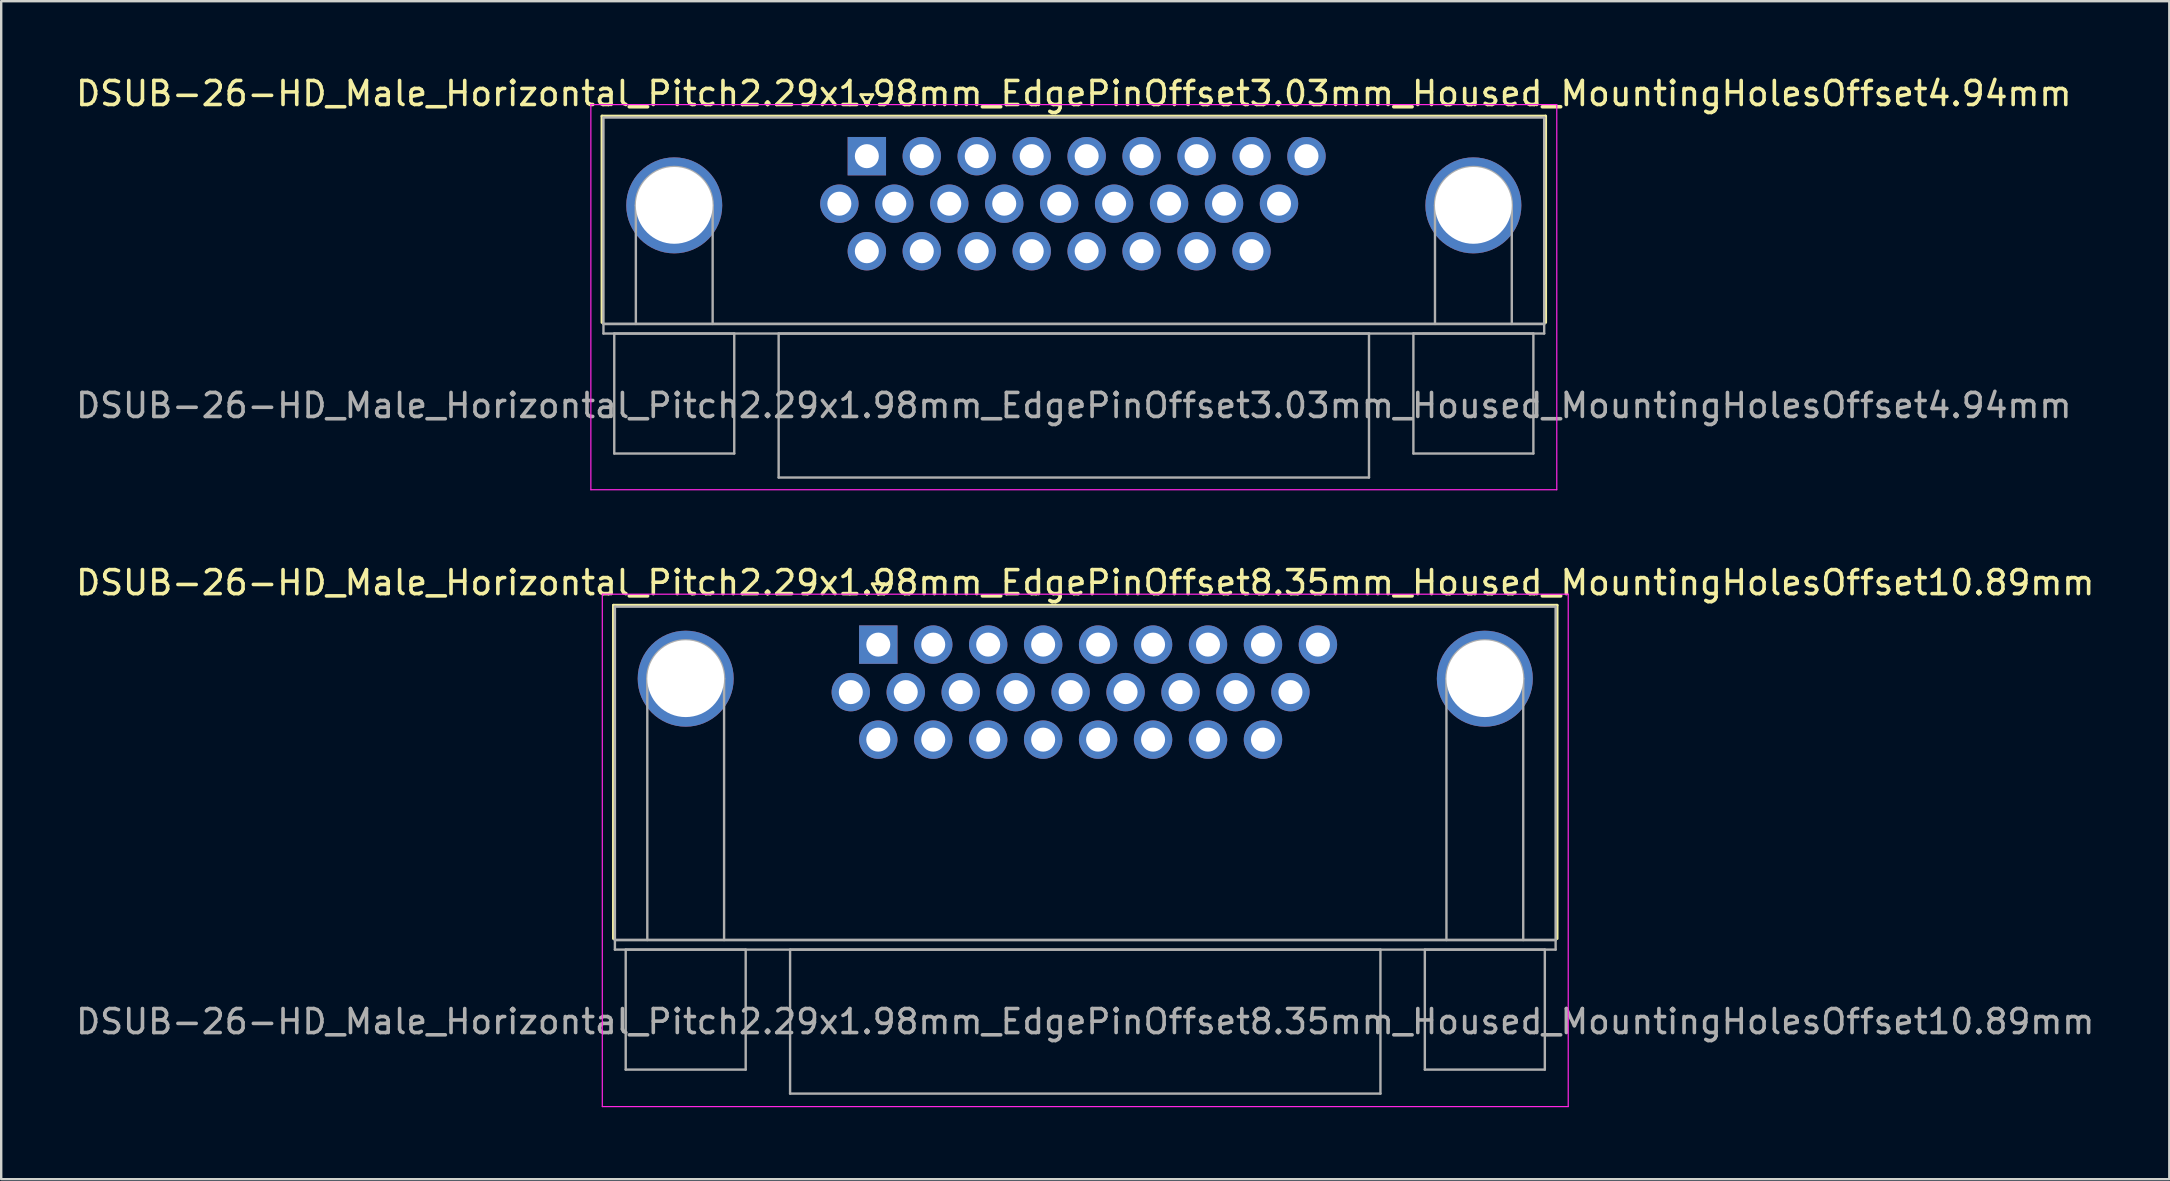
<source format=kicad_pcb>
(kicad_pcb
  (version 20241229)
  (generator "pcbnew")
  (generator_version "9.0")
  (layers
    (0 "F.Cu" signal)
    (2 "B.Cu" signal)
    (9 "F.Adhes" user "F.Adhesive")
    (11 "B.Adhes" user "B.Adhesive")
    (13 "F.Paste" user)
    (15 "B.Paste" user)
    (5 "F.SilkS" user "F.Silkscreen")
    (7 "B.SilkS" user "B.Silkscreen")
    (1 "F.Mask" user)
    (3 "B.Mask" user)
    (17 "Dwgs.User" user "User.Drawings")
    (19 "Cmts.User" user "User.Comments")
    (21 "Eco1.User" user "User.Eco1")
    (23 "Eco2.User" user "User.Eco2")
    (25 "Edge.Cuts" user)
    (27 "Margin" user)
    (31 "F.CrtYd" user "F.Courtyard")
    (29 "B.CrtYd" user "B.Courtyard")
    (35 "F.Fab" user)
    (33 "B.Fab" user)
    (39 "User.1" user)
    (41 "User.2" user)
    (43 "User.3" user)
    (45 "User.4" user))
  (footprint "DSUB-26-HD_Male_Horizontal_Pitch2.29x1.98mm_EdgePinOffset8.35mm_Housed_MountingHolesOffset10.89mm"
    (layer "F.Cu")
    (at 33.548 23.811)
    (property "Reference" "DSUB-26-HD_Male_Horizontal_Pitch2.29x1.98mm_EdgePinOffset8.35mm_Housed_MountingHolesOffset10.89mm" (at 8.625 -2.58 0) (layer "F.SilkS") (effects (font (size 1 1) (thickness 0.15))))
    (attr through_hole)
    (fp_line (start -11.035 -1.64) (end 28.285 -1.64) (stroke (width 0.12) (type solid)) (layer "F.SilkS"))
    (fp_line (start -11.035 12.25) (end -11.035 -1.64) (stroke (width 0.12) (type solid)) (layer "F.SilkS"))
    (fp_line (start -0.25 -2.534) (end 0.25 -2.534) (stroke (width 0.12) (type solid)) (layer "F.SilkS"))
    (fp_line (start 0 -2.101) (end -0.25 -2.534) (stroke (width 0.12) (type solid)) (layer "F.SilkS"))
    (fp_line (start 0.25 -2.534) (end 0 -2.101) (stroke (width 0.12) (type solid)) (layer "F.SilkS"))
    (fp_line (start 28.285 -1.64) (end 28.285 12.25) (stroke (width 0.12) (type solid)) (layer "F.SilkS"))
    (fp_line (start -11.5 -2.1) (end -11.5 19.25) (stroke (width 0.05) (type solid)) (layer "F.CrtYd"))
    (fp_line (start -11.5 19.25) (end 28.75 19.25) (stroke (width 0.05) (type solid)) (layer "F.CrtYd"))
    (fp_line (start 28.75 -2.1) (end -11.5 -2.1) (stroke (width 0.05) (type solid)) (layer "F.CrtYd"))
    (fp_line (start 28.75 19.25) (end 28.75 -2.1) (stroke (width 0.05) (type solid)) (layer "F.CrtYd"))
    (fp_line (start -10.975 -1.58) (end -10.975 12.31) (stroke (width 0.1) (type solid)) (layer "F.Fab"))
    (fp_line (start -10.975 12.31) (end -10.975 12.71) (stroke (width 0.1) (type solid)) (layer "F.Fab"))
    (fp_line (start -10.975 12.31) (end 28.225 12.31) (stroke (width 0.1) (type solid)) (layer "F.Fab"))
    (fp_line (start -10.975 12.71) (end 28.225 12.71) (stroke (width 0.1) (type solid)) (layer "F.Fab"))
    (fp_line (start -10.525 12.71) (end -10.525 17.71) (stroke (width 0.1) (type solid)) (layer "F.Fab"))
    (fp_line (start -10.525 17.71) (end -5.525 17.71) (stroke (width 0.1) (type solid)) (layer "F.Fab"))
    (fp_line (start -9.625 12.31) (end -9.625 1.42) (stroke (width 0.1) (type solid)) (layer "F.Fab"))
    (fp_line (start -6.425 12.31) (end -6.425 1.42) (stroke (width 0.1) (type solid)) (layer "F.Fab"))
    (fp_line (start -5.525 12.71) (end -10.525 12.71) (stroke (width 0.1) (type solid)) (layer "F.Fab"))
    (fp_line (start -5.525 17.71) (end -5.525 12.71) (stroke (width 0.1) (type solid)) (layer "F.Fab"))
    (fp_line (start -3.675 12.71) (end -3.675 18.71) (stroke (width 0.1) (type solid)) (layer "F.Fab"))
    (fp_line (start -3.675 18.71) (end 20.925 18.71) (stroke (width 0.1) (type solid)) (layer "F.Fab"))
    (fp_line (start 20.925 12.71) (end -3.675 12.71) (stroke (width 0.1) (type solid)) (layer "F.Fab"))
    (fp_line (start 20.925 18.71) (end 20.925 12.71) (stroke (width 0.1) (type solid)) (layer "F.Fab"))
    (fp_line (start 22.775 12.71) (end 22.775 17.71) (stroke (width 0.1) (type solid)) (layer "F.Fab"))
    (fp_line (start 22.775 17.71) (end 27.775 17.71) (stroke (width 0.1) (type solid)) (layer "F.Fab"))
    (fp_line (start 23.675 12.31) (end 23.675 1.42) (stroke (width 0.1) (type solid)) (layer "F.Fab"))
    (fp_line (start 26.875 12.31) (end 26.875 1.42) (stroke (width 0.1) (type solid)) (layer "F.Fab"))
    (fp_line (start 27.775 12.71) (end 22.775 12.71) (stroke (width 0.1) (type solid)) (layer "F.Fab"))
    (fp_line (start 27.775 17.71) (end 27.775 12.71) (stroke (width 0.1) (type solid)) (layer "F.Fab"))
    (fp_line (start 28.225 -1.58) (end -10.975 -1.58) (stroke (width 0.1) (type solid)) (layer "F.Fab"))
    (fp_line (start 28.225 12.31) (end -10.975 12.31) (stroke (width 0.1) (type solid)) (layer "F.Fab"))
    (fp_line (start 28.225 12.31) (end 28.225 -1.58) (stroke (width 0.1) (type solid)) (layer "F.Fab"))
    (fp_line (start 28.225 12.71) (end 28.225 12.31) (stroke (width 0.1) (type solid)) (layer "F.Fab"))
    (fp_arc (start -9.625 1.42) (mid -8.025 -0.18) (end -6.425 1.42) (stroke (width 0.1) (type solid)) (layer "F.Fab"))
    (fp_arc (start 23.675 1.42) (mid 25.275 -0.18) (end 26.875 1.42) (stroke (width 0.1) (type solid)) (layer "F.Fab"))
    (fp_text user "${REFERENCE}" (at 8.625 15.71 0) (layer "F.Fab") (effects (font (size 1 1) (thickness 0.15))))
    (pad "0" thru_hole circle (at -8.025 1.42) (size 4 4) (drill 3.2) (layers "*.Cu" "*.Mask"))
    (pad "0" thru_hole circle (at 25.275 1.42) (size 4 4) (drill 3.2) (layers "*.Cu" "*.Mask"))
    (pad "1" thru_hole rect (at 0 0) (size 1.6 1.6) (drill 1) (layers "*.Cu" "*.Mask"))
    (pad "2" thru_hole circle (at 2.29 0) (size 1.6 1.6) (drill 1) (layers "*.Cu" "*.Mask"))
    (pad "3" thru_hole circle (at 4.58 0) (size 1.6 1.6) (drill 1) (layers "*.Cu" "*.Mask"))
    (pad "4" thru_hole circle (at 6.87 0) (size 1.6 1.6) (drill 1) (layers "*.Cu" "*.Mask"))
    (pad "5" thru_hole circle (at 9.16 0) (size 1.6 1.6) (drill 1) (layers "*.Cu" "*.Mask"))
    (pad "6" thru_hole circle (at 11.45 0) (size 1.6 1.6) (drill 1) (layers "*.Cu" "*.Mask"))
    (pad "7" thru_hole circle (at 13.74 0) (size 1.6 1.6) (drill 1) (layers "*.Cu" "*.Mask"))
    (pad "8" thru_hole circle (at 16.03 0) (size 1.6 1.6) (drill 1) (layers "*.Cu" "*.Mask"))
    (pad "9" thru_hole circle (at 18.32 0) (size 1.6 1.6) (drill 1) (layers "*.Cu" "*.Mask"))
    (pad "10" thru_hole circle (at -1.145 1.98) (size 1.6 1.6) (drill 1) (layers "*.Cu" "*.Mask"))
    (pad "11" thru_hole circle (at 1.145 1.98) (size 1.6 1.6) (drill 1) (layers "*.Cu" "*.Mask"))
    (pad "12" thru_hole circle (at 3.435 1.98) (size 1.6 1.6) (drill 1) (layers "*.Cu" "*.Mask"))
    (pad "13" thru_hole circle (at 5.725 1.98) (size 1.6 1.6) (drill 1) (layers "*.Cu" "*.Mask"))
    (pad "14" thru_hole circle (at 8.015 1.98) (size 1.6 1.6) (drill 1) (layers "*.Cu" "*.Mask"))
    (pad "15" thru_hole circle (at 10.305 1.98) (size 1.6 1.6) (drill 1) (layers "*.Cu" "*.Mask"))
    (pad "16" thru_hole circle (at 12.595 1.98) (size 1.6 1.6) (drill 1) (layers "*.Cu" "*.Mask"))
    (pad "17" thru_hole circle (at 14.885 1.98) (size 1.6 1.6) (drill 1) (layers "*.Cu" "*.Mask"))
    (pad "18" thru_hole circle (at 17.175 1.98) (size 1.6 1.6) (drill 1) (layers "*.Cu" "*.Mask"))
    (pad "19" thru_hole circle (at 0 3.96) (size 1.6 1.6) (drill 1) (layers "*.Cu" "*.Mask"))
    (pad "20" thru_hole circle (at 2.29 3.96) (size 1.6 1.6) (drill 1) (layers "*.Cu" "*.Mask"))
    (pad "21" thru_hole circle (at 4.58 3.96) (size 1.6 1.6) (drill 1) (layers "*.Cu" "*.Mask"))
    (pad "22" thru_hole circle (at 6.87 3.96) (size 1.6 1.6) (drill 1) (layers "*.Cu" "*.Mask"))
    (pad "23" thru_hole circle (at 9.16 3.96) (size 1.6 1.6) (drill 1) (layers "*.Cu" "*.Mask"))
    (pad "24" thru_hole circle (at 11.45 3.96) (size 1.6 1.6) (drill 1) (layers "*.Cu" "*.Mask"))
    (pad "25" thru_hole circle (at 13.74 3.96) (size 1.6 1.6) (drill 1) (layers "*.Cu" "*.Mask"))
    (pad "26" thru_hole circle (at 16.03 3.96) (size 1.6 1.6) (drill 1) (layers "*.Cu" "*.Mask")))
  (footprint "DSUB-26-HD_Male_Horizontal_Pitch2.29x1.98mm_EdgePinOffset3.03mm_Housed_MountingHolesOffset4.94mm"
    (layer "F.Cu")
    (at 33.071 3.458)
    (property "Reference" "DSUB-26-HD_Male_Horizontal_Pitch2.29x1.98mm_EdgePinOffset3.03mm_Housed_MountingHolesOffset4.94mm" (at 8.625 -2.61 0) (layer "F.SilkS") (effects (font (size 1 1) (thickness 0.15))))
    (attr through_hole)
    (fp_line (start -11.035 -1.67) (end 28.285 -1.67) (stroke (width 0.12) (type solid)) (layer "F.SilkS"))
    (fp_line (start -11.035 6.93) (end -11.035 -1.67) (stroke (width 0.12) (type solid)) (layer "F.SilkS"))
    (fp_line (start -0.25 -2.564) (end 0.25 -2.564) (stroke (width 0.12) (type solid)) (layer "F.SilkS"))
    (fp_line (start 0 -2.131) (end -0.25 -2.564) (stroke (width 0.12) (type solid)) (layer "F.SilkS"))
    (fp_line (start 0.25 -2.564) (end 0 -2.131) (stroke (width 0.12) (type solid)) (layer "F.SilkS"))
    (fp_line (start 28.285 -1.67) (end 28.285 6.93) (stroke (width 0.12) (type solid)) (layer "F.SilkS"))
    (fp_line (start -11.5 -2.15) (end -11.5 13.9) (stroke (width 0.05) (type solid)) (layer "F.CrtYd"))
    (fp_line (start -11.5 13.9) (end 28.75 13.9) (stroke (width 0.05) (type solid)) (layer "F.CrtYd"))
    (fp_line (start 28.75 -2.15) (end -11.5 -2.15) (stroke (width 0.05) (type solid)) (layer "F.CrtYd"))
    (fp_line (start 28.75 13.9) (end 28.75 -2.15) (stroke (width 0.05) (type solid)) (layer "F.CrtYd"))
    (fp_line (start -10.975 -1.61) (end -10.975 6.99) (stroke (width 0.1) (type solid)) (layer "F.Fab"))
    (fp_line (start -10.975 6.99) (end -10.975 7.39) (stroke (width 0.1) (type solid)) (layer "F.Fab"))
    (fp_line (start -10.975 6.99) (end 28.225 6.99) (stroke (width 0.1) (type solid)) (layer "F.Fab"))
    (fp_line (start -10.975 7.39) (end 28.225 7.39) (stroke (width 0.1) (type solid)) (layer "F.Fab"))
    (fp_line (start -10.525 7.39) (end -10.525 12.39) (stroke (width 0.1) (type solid)) (layer "F.Fab"))
    (fp_line (start -10.525 12.39) (end -5.525 12.39) (stroke (width 0.1) (type solid)) (layer "F.Fab"))
    (fp_line (start -9.625 6.99) (end -9.625 2.05) (stroke (width 0.1) (type solid)) (layer "F.Fab"))
    (fp_line (start -6.425 6.99) (end -6.425 2.05) (stroke (width 0.1) (type solid)) (layer "F.Fab"))
    (fp_line (start -5.525 7.39) (end -10.525 7.39) (stroke (width 0.1) (type solid)) (layer "F.Fab"))
    (fp_line (start -5.525 12.39) (end -5.525 7.39) (stroke (width 0.1) (type solid)) (layer "F.Fab"))
    (fp_line (start -3.675 7.39) (end -3.675 13.39) (stroke (width 0.1) (type solid)) (layer "F.Fab"))
    (fp_line (start -3.675 13.39) (end 20.925 13.39) (stroke (width 0.1) (type solid)) (layer "F.Fab"))
    (fp_line (start 20.925 7.39) (end -3.675 7.39) (stroke (width 0.1) (type solid)) (layer "F.Fab"))
    (fp_line (start 20.925 13.39) (end 20.925 7.39) (stroke (width 0.1) (type solid)) (layer "F.Fab"))
    (fp_line (start 22.775 7.39) (end 22.775 12.39) (stroke (width 0.1) (type solid)) (layer "F.Fab"))
    (fp_line (start 22.775 12.39) (end 27.775 12.39) (stroke (width 0.1) (type solid)) (layer "F.Fab"))
    (fp_line (start 23.675 6.99) (end 23.675 2.05) (stroke (width 0.1) (type solid)) (layer "F.Fab"))
    (fp_line (start 26.875 6.99) (end 26.875 2.05) (stroke (width 0.1) (type solid)) (layer "F.Fab"))
    (fp_line (start 27.775 7.39) (end 22.775 7.39) (stroke (width 0.1) (type solid)) (layer "F.Fab"))
    (fp_line (start 27.775 12.39) (end 27.775 7.39) (stroke (width 0.1) (type solid)) (layer "F.Fab"))
    (fp_line (start 28.225 -1.61) (end -10.975 -1.61) (stroke (width 0.1) (type solid)) (layer "F.Fab"))
    (fp_line (start 28.225 6.99) (end -10.975 6.99) (stroke (width 0.1) (type solid)) (layer "F.Fab"))
    (fp_line (start 28.225 6.99) (end 28.225 -1.61) (stroke (width 0.1) (type solid)) (layer "F.Fab"))
    (fp_line (start 28.225 7.39) (end 28.225 6.99) (stroke (width 0.1) (type solid)) (layer "F.Fab"))
    (fp_arc (start -9.625 2.05) (mid -8.025 0.45) (end -6.425 2.05) (stroke (width 0.1) (type solid)) (layer "F.Fab"))
    (fp_arc (start 23.675 2.05) (mid 25.275 0.45) (end 26.875 2.05) (stroke (width 0.1) (type solid)) (layer "F.Fab"))
    (fp_text user "${REFERENCE}" (at 8.625 10.39 0) (layer "F.Fab") (effects (font (size 1 1) (thickness 0.15))))
    (pad "0" thru_hole circle (at -8.025 2.05) (size 4 4) (drill 3.2) (layers "*.Cu" "*.Mask"))
    (pad "0" thru_hole circle (at 25.275 2.05) (size 4 4) (drill 3.2) (layers "*.Cu" "*.Mask"))
    (pad "1" thru_hole rect (at 0 0) (size 1.6 1.6) (drill 1) (layers "*.Cu" "*.Mask"))
    (pad "2" thru_hole circle (at 2.29 0) (size 1.6 1.6) (drill 1) (layers "*.Cu" "*.Mask"))
    (pad "3" thru_hole circle (at 4.58 0) (size 1.6 1.6) (drill 1) (layers "*.Cu" "*.Mask"))
    (pad "4" thru_hole circle (at 6.87 0) (size 1.6 1.6) (drill 1) (layers "*.Cu" "*.Mask"))
    (pad "5" thru_hole circle (at 9.16 0) (size 1.6 1.6) (drill 1) (layers "*.Cu" "*.Mask"))
    (pad "6" thru_hole circle (at 11.45 0) (size 1.6 1.6) (drill 1) (layers "*.Cu" "*.Mask"))
    (pad "7" thru_hole circle (at 13.74 0) (size 1.6 1.6) (drill 1) (layers "*.Cu" "*.Mask"))
    (pad "8" thru_hole circle (at 16.03 0) (size 1.6 1.6) (drill 1) (layers "*.Cu" "*.Mask"))
    (pad "9" thru_hole circle (at 18.32 0) (size 1.6 1.6) (drill 1) (layers "*.Cu" "*.Mask"))
    (pad "10" thru_hole circle (at -1.145 1.98) (size 1.6 1.6) (drill 1) (layers "*.Cu" "*.Mask"))
    (pad "11" thru_hole circle (at 1.145 1.98) (size 1.6 1.6) (drill 1) (layers "*.Cu" "*.Mask"))
    (pad "12" thru_hole circle (at 3.435 1.98) (size 1.6 1.6) (drill 1) (layers "*.Cu" "*.Mask"))
    (pad "13" thru_hole circle (at 5.725 1.98) (size 1.6 1.6) (drill 1) (layers "*.Cu" "*.Mask"))
    (pad "14" thru_hole circle (at 8.015 1.98) (size 1.6 1.6) (drill 1) (layers "*.Cu" "*.Mask"))
    (pad "15" thru_hole circle (at 10.305 1.98) (size 1.6 1.6) (drill 1) (layers "*.Cu" "*.Mask"))
    (pad "16" thru_hole circle (at 12.595 1.98) (size 1.6 1.6) (drill 1) (layers "*.Cu" "*.Mask"))
    (pad "17" thru_hole circle (at 14.885 1.98) (size 1.6 1.6) (drill 1) (layers "*.Cu" "*.Mask"))
    (pad "18" thru_hole circle (at 17.175 1.98) (size 1.6 1.6) (drill 1) (layers "*.Cu" "*.Mask"))
    (pad "19" thru_hole circle (at 0 3.96) (size 1.6 1.6) (drill 1) (layers "*.Cu" "*.Mask"))
    (pad "20" thru_hole circle (at 2.29 3.96) (size 1.6 1.6) (drill 1) (layers "*.Cu" "*.Mask"))
    (pad "21" thru_hole circle (at 4.58 3.96) (size 1.6 1.6) (drill 1) (layers "*.Cu" "*.Mask"))
    (pad "22" thru_hole circle (at 6.87 3.96) (size 1.6 1.6) (drill 1) (layers "*.Cu" "*.Mask"))
    (pad "23" thru_hole circle (at 9.16 3.96) (size 1.6 1.6) (drill 1) (layers "*.Cu" "*.Mask"))
    (pad "24" thru_hole circle (at 11.45 3.96) (size 1.6 1.6) (drill 1) (layers "*.Cu" "*.Mask"))
    (pad "25" thru_hole circle (at 13.74 3.96) (size 1.6 1.6) (drill 1) (layers "*.Cu" "*.Mask"))
    (pad "26" thru_hole circle (at 16.03 3.96) (size 1.6 1.6) (drill 1) (layers "*.Cu" "*.Mask")))
  (gr_rect
    (start -3 -3)
    (end 87.345 46.087)
    (stroke (width 0.1) (type default))
    (fill no)
    (layer "Edge.Cuts")))
</source>
